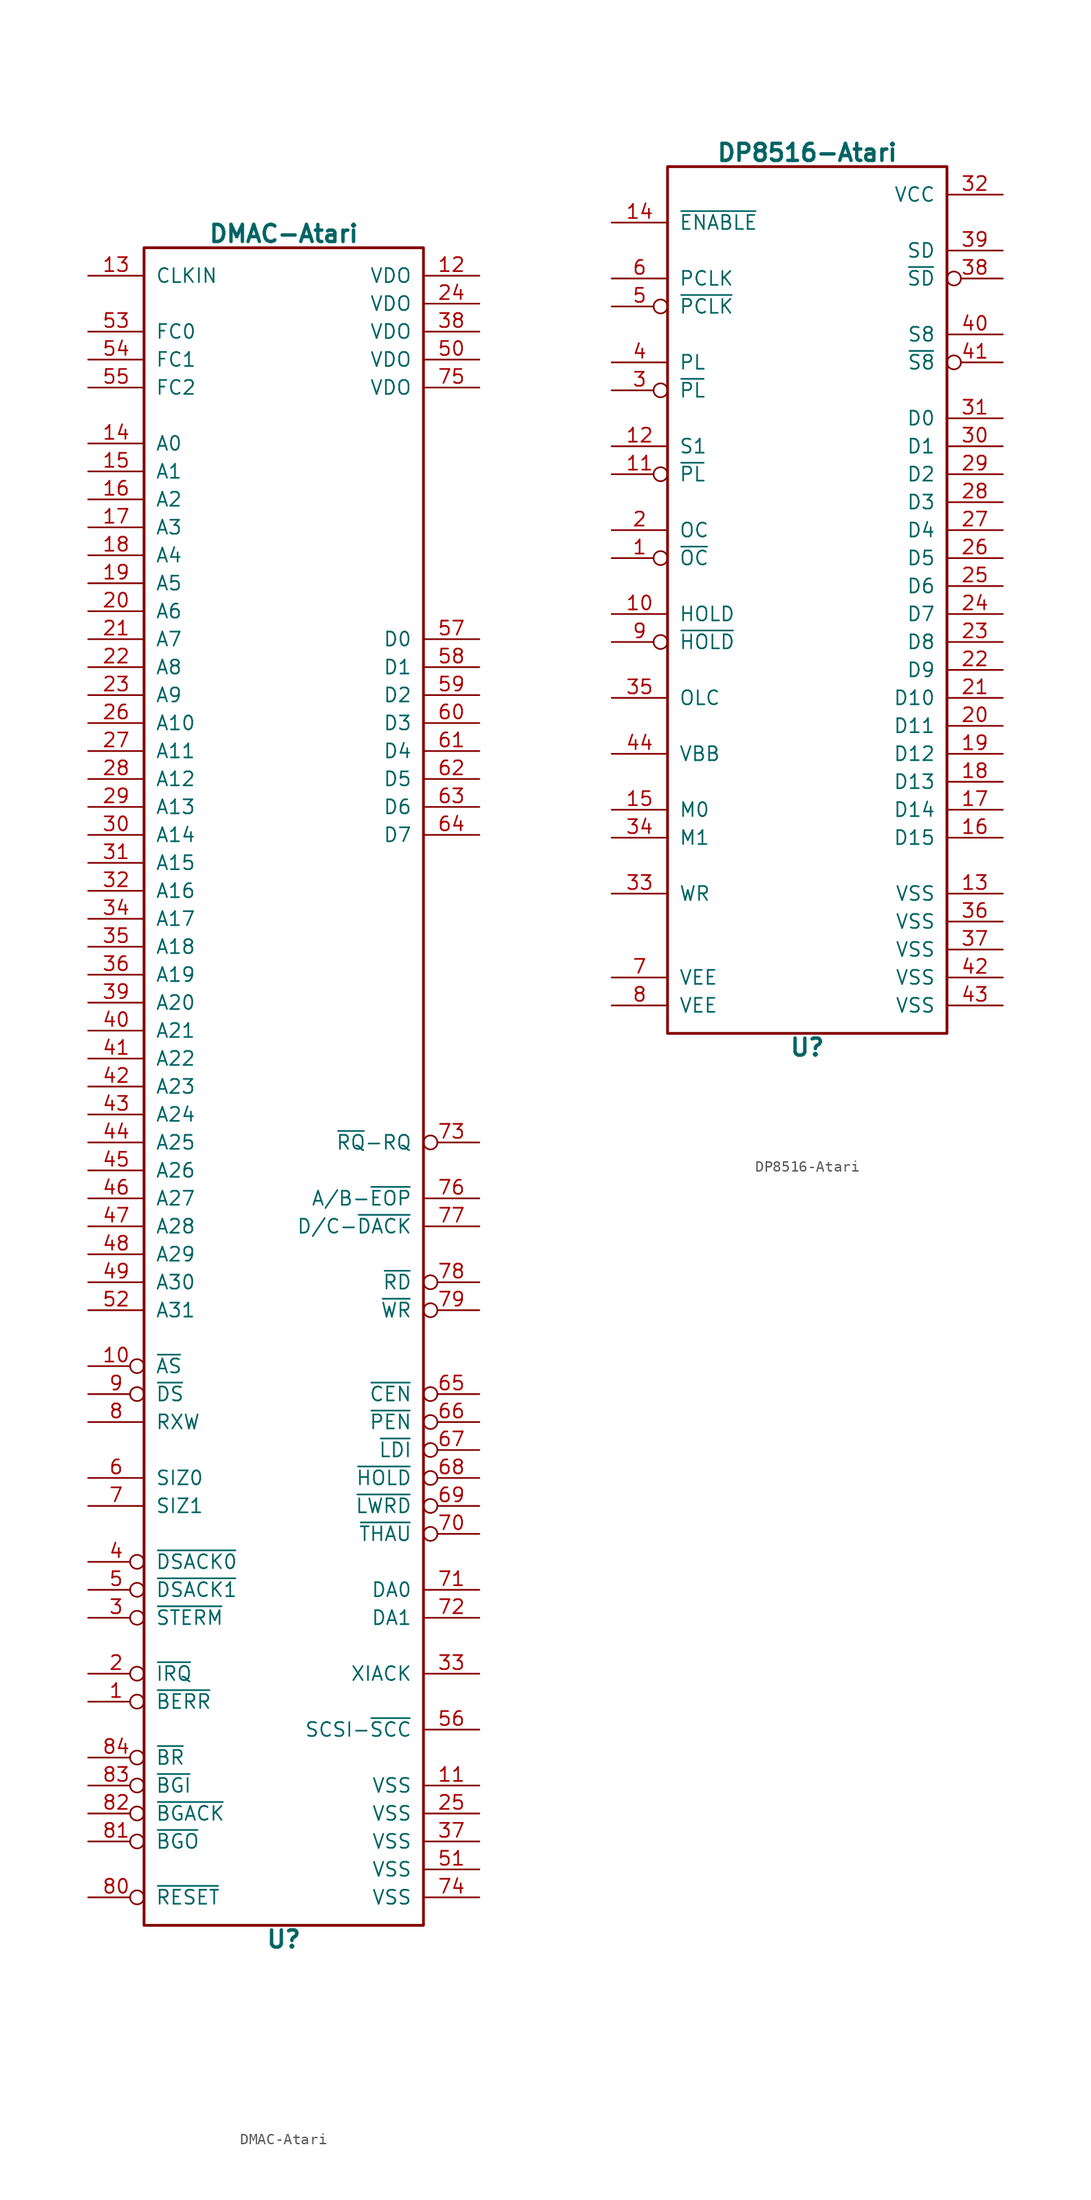
<source format=kicad_sym>
(kicad_symbol_lib
  (version 20231120)
  (generator "kicad_symbol_editor")
  (generator_version "8.0")
  (symbol "DMAC-Atari"
    (pin_names
      (offset 1.016))
    (property "Reference" "U"
      (at 0 -77.47 0)
      (effects (font (size 1.549 1.549) (bold yes))))
    (property "Value" "DMAC-Atari"
      (at 0 77.47 0)
      (effects (font (size 1.549 1.549) (bold yes))))
    (symbol "DMAC-Atari_0_1"
      (rectangle (start -12.7 76.2) (end 12.7 -76.2) (stroke (width 0.254) (type solid)) (fill (type none))))
    (symbol "DMAC-Atari_1_0"
      (pin input inverted (at -17.78 -55.88 0) (length 5.08) (name "~{BERR}" (effects (font (size 1.27 1.27)))) (number "1" (effects (font (size 1.27 1.27)))))
      (pin input inverted (at -17.78 -25.4 0) (length 5.08) (name "~{AS}" (effects (font (size 1.27 1.27)))) (number "10" (effects (font (size 1.27 1.27)))))
      (pin power_in line (at 17.78 -63.5 180) (length 5.08) (name "VSS" (effects (font (size 1.27 1.27)))) (number "11" (effects (font (size 1.27 1.27)))))
      (pin power_in line (at 17.78 73.66 180) (length 5.08) (name "VDO" (effects (font (size 1.27 1.27)))) (number "12" (effects (font (size 1.27 1.27)))))
      (pin input line (at -17.78 73.66 0) (length 5.08) (name "CLKIN" (effects (font (size 1.27 1.27)))) (number "13" (effects (font (size 1.27 1.27)))))
      (pin input line (at -17.78 58.42 0) (length 5.08) (name "A0" (effects (font (size 1.27 1.27)))) (number "14" (effects (font (size 1.27 1.27)))))
      (pin input line (at -17.78 55.88 0) (length 5.08) (name "A1" (effects (font (size 1.27 1.27)))) (number "15" (effects (font (size 1.27 1.27)))))
      (pin input line (at -17.78 53.34 0) (length 5.08) (name "A2" (effects (font (size 1.27 1.27)))) (number "16" (effects (font (size 1.27 1.27)))))
      (pin input line (at -17.78 50.8 0) (length 5.08) (name "A3" (effects (font (size 1.27 1.27)))) (number "17" (effects (font (size 1.27 1.27)))))
      (pin input line (at -17.78 48.26 0) (length 5.08) (name "A4" (effects (font (size 1.27 1.27)))) (number "18" (effects (font (size 1.27 1.27)))))
      (pin input line (at -17.78 45.72 0) (length 5.08) (name "A5" (effects (font (size 1.27 1.27)))) (number "19" (effects (font (size 1.27 1.27)))))
      (pin input inverted (at -17.78 -53.34 0) (length 5.08) (name "~{IRQ}" (effects (font (size 1.27 1.27)))) (number "2" (effects (font (size 1.27 1.27)))))
      (pin input line (at -17.78 43.18 0) (length 5.08) (name "A6" (effects (font (size 1.27 1.27)))) (number "20" (effects (font (size 1.27 1.27)))))
      (pin input line (at -17.78 40.64 0) (length 5.08) (name "A7" (effects (font (size 1.27 1.27)))) (number "21" (effects (font (size 1.27 1.27)))))
      (pin input line (at -17.78 38.1 0) (length 5.08) (name "A8" (effects (font (size 1.27 1.27)))) (number "22" (effects (font (size 1.27 1.27)))))
      (pin input line (at -17.78 35.56 0) (length 5.08) (name "A9" (effects (font (size 1.27 1.27)))) (number "23" (effects (font (size 1.27 1.27)))))
      (pin power_in line (at 17.78 71.12 180) (length 5.08) (name "VDO" (effects (font (size 1.27 1.27)))) (number "24" (effects (font (size 1.27 1.27)))))
      (pin power_in line (at 17.78 -66.04 180) (length 5.08) (name "VSS" (effects (font (size 1.27 1.27)))) (number "25" (effects (font (size 1.27 1.27)))))
      (pin input line (at -17.78 33.02 0) (length 5.08) (name "A10" (effects (font (size 1.27 1.27)))) (number "26" (effects (font (size 1.27 1.27)))))
      (pin input line (at -17.78 30.48 0) (length 5.08) (name "A11" (effects (font (size 1.27 1.27)))) (number "27" (effects (font (size 1.27 1.27)))))
      (pin input line (at -17.78 27.94 0) (length 5.08) (name "A12" (effects (font (size 1.27 1.27)))) (number "28" (effects (font (size 1.27 1.27)))))
      (pin input line (at -17.78 25.4 0) (length 5.08) (name "A13" (effects (font (size 1.27 1.27)))) (number "29" (effects (font (size 1.27 1.27)))))
      (pin input inverted (at -17.78 -48.26 0) (length 5.08) (name "~{STERM}" (effects (font (size 1.27 1.27)))) (number "3" (effects (font (size 1.27 1.27)))))
      (pin input line (at -17.78 22.86 0) (length 5.08) (name "A14" (effects (font (size 1.27 1.27)))) (number "30" (effects (font (size 1.27 1.27)))))
      (pin input line (at -17.78 20.32 0) (length 5.08) (name "A15" (effects (font (size 1.27 1.27)))) (number "31" (effects (font (size 1.27 1.27)))))
      (pin input line (at -17.78 17.78 0) (length 5.08) (name "A16" (effects (font (size 1.27 1.27)))) (number "32" (effects (font (size 1.27 1.27)))))
      (pin input line (at 17.78 -53.34 180) (length 5.08) (name "XIACK" (effects (font (size 1.27 1.27)))) (number "33" (effects (font (size 1.27 1.27)))))
      (pin input line (at -17.78 15.24 0) (length 5.08) (name "A17" (effects (font (size 1.27 1.27)))) (number "34" (effects (font (size 1.27 1.27)))))
      (pin input line (at -17.78 12.7 0) (length 5.08) (name "A18" (effects (font (size 1.27 1.27)))) (number "35" (effects (font (size 1.27 1.27)))))
      (pin input line (at -17.78 10.16 0) (length 5.08) (name "A19" (effects (font (size 1.27 1.27)))) (number "36" (effects (font (size 1.27 1.27)))))
      (pin power_in line (at 17.78 -68.58 180) (length 5.08) (name "VSS" (effects (font (size 1.27 1.27)))) (number "37" (effects (font (size 1.27 1.27)))))
      (pin power_in line (at 17.78 68.58 180) (length 5.08) (name "VDO" (effects (font (size 1.27 1.27)))) (number "38" (effects (font (size 1.27 1.27)))))
      (pin input line (at -17.78 7.62 0) (length 5.08) (name "A20" (effects (font (size 1.27 1.27)))) (number "39" (effects (font (size 1.27 1.27)))))
      (pin input inverted (at -17.78 -43.18 0) (length 5.08) (name "~{DSACK0}" (effects (font (size 1.27 1.27)))) (number "4" (effects (font (size 1.27 1.27)))))
      (pin input line (at -17.78 5.08 0) (length 5.08) (name "A21" (effects (font (size 1.27 1.27)))) (number "40" (effects (font (size 1.27 1.27)))))
      (pin input line (at -17.78 2.54 0) (length 5.08) (name "A22" (effects (font (size 1.27 1.27)))) (number "41" (effects (font (size 1.27 1.27)))))
      (pin input line (at -17.78 0 0) (length 5.08) (name "A23" (effects (font (size 1.27 1.27)))) (number "42" (effects (font (size 1.27 1.27)))))
      (pin input line (at -17.78 -2.54 0) (length 5.08) (name "A24" (effects (font (size 1.27 1.27)))) (number "43" (effects (font (size 1.27 1.27)))))
      (pin input line (at -17.78 -5.08 0) (length 5.08) (name "A25" (effects (font (size 1.27 1.27)))) (number "44" (effects (font (size 1.27 1.27)))))
      (pin input line (at -17.78 -7.62 0) (length 5.08) (name "A26" (effects (font (size 1.27 1.27)))) (number "45" (effects (font (size 1.27 1.27)))))
      (pin input line (at -17.78 -10.16 0) (length 5.08) (name "A27" (effects (font (size 1.27 1.27)))) (number "46" (effects (font (size 1.27 1.27)))))
      (pin input line (at -17.78 -12.7 0) (length 5.08) (name "A28" (effects (font (size 1.27 1.27)))) (number "47" (effects (font (size 1.27 1.27)))))
      (pin input line (at -17.78 -15.24 0) (length 5.08) (name "A29" (effects (font (size 1.27 1.27)))) (number "48" (effects (font (size 1.27 1.27)))))
      (pin input line (at -17.78 -17.78 0) (length 5.08) (name "A30" (effects (font (size 1.27 1.27)))) (number "49" (effects (font (size 1.27 1.27)))))
      (pin output inverted (at -17.78 -45.72 0) (length 5.08) (name "~{DSACK1}" (effects (font (size 1.27 1.27)))) (number "5" (effects (font (size 1.27 1.27)))))
      (pin power_in line (at 17.78 66.04 180) (length 5.08) (name "VDO" (effects (font (size 1.27 1.27)))) (number "50" (effects (font (size 1.27 1.27)))))
      (pin power_in line (at 17.78 -71.12 180) (length 5.08) (name "VSS" (effects (font (size 1.27 1.27)))) (number "51" (effects (font (size 1.27 1.27)))))
      (pin input line (at -17.78 -20.32 0) (length 5.08) (name "A31" (effects (font (size 1.27 1.27)))) (number "52" (effects (font (size 1.27 1.27)))))
      (pin input line (at -17.78 68.58 0) (length 5.08) (name "FC0" (effects (font (size 1.27 1.27)))) (number "53" (effects (font (size 1.27 1.27)))))
      (pin input line (at -17.78 66.04 0) (length 5.08) (name "FC1" (effects (font (size 1.27 1.27)))) (number "54" (effects (font (size 1.27 1.27)))))
      (pin input line (at -17.78 63.5 0) (length 5.08) (name "FC2" (effects (font (size 1.27 1.27)))) (number "55" (effects (font (size 1.27 1.27)))))
      (pin input line (at 17.78 -58.42 180) (length 5.08) (name "SCSI-~{SCC}" (effects (font (size 1.27 1.27)))) (number "56" (effects (font (size 1.27 1.27)))))
      (pin bidirectional line (at 17.78 40.64 180) (length 5.08) (name "D0" (effects (font (size 1.27 1.27)))) (number "57" (effects (font (size 1.27 1.27)))))
      (pin bidirectional line (at 17.78 38.1 180) (length 5.08) (name "D1" (effects (font (size 1.27 1.27)))) (number "58" (effects (font (size 1.27 1.27)))))
      (pin bidirectional line (at 17.78 35.56 180) (length 5.08) (name "D2" (effects (font (size 1.27 1.27)))) (number "59" (effects (font (size 1.27 1.27)))))
      (pin input line (at -17.78 -35.56 0) (length 5.08) (name "SIZ0" (effects (font (size 1.27 1.27)))) (number "6" (effects (font (size 1.27 1.27)))))
      (pin bidirectional line (at 17.78 33.02 180) (length 5.08) (name "D3" (effects (font (size 1.27 1.27)))) (number "60" (effects (font (size 1.27 1.27)))))
      (pin bidirectional line (at 17.78 30.48 180) (length 5.08) (name "D4" (effects (font (size 1.27 1.27)))) (number "61" (effects (font (size 1.27 1.27)))))
      (pin bidirectional line (at 17.78 27.94 180) (length 5.08) (name "D5" (effects (font (size 1.27 1.27)))) (number "62" (effects (font (size 1.27 1.27)))))
      (pin bidirectional line (at 17.78 25.4 180) (length 5.08) (name "D6" (effects (font (size 1.27 1.27)))) (number "63" (effects (font (size 1.27 1.27)))))
      (pin bidirectional line (at 17.78 22.86 180) (length 5.08) (name "D7" (effects (font (size 1.27 1.27)))) (number "64" (effects (font (size 1.27 1.27)))))
      (pin input inverted (at 17.78 -27.94 180) (length 5.08) (name "~{CEN}" (effects (font (size 1.27 1.27)))) (number "65" (effects (font (size 1.27 1.27)))))
      (pin input inverted (at 17.78 -30.48 180) (length 5.08) (name "~{PEN}" (effects (font (size 1.27 1.27)))) (number "66" (effects (font (size 1.27 1.27)))))
      (pin input inverted (at 17.78 -33.02 180) (length 5.08) (name "~{LDI}" (effects (font (size 1.27 1.27)))) (number "67" (effects (font (size 1.27 1.27)))))
      (pin input inverted (at 17.78 -35.56 180) (length 5.08) (name "~{HOLD}" (effects (font (size 1.27 1.27)))) (number "68" (effects (font (size 1.27 1.27)))))
      (pin input inverted (at 17.78 -38.1 180) (length 5.08) (name "~{LWRD}" (effects (font (size 1.27 1.27)))) (number "69" (effects (font (size 1.27 1.27)))))
      (pin input line (at -17.78 -38.1 0) (length 5.08) (name "SIZ1" (effects (font (size 1.27 1.27)))) (number "7" (effects (font (size 1.27 1.27)))))
      (pin input inverted (at 17.78 -40.64 180) (length 5.08) (name "~{THAU}" (effects (font (size 1.27 1.27)))) (number "70" (effects (font (size 1.27 1.27)))))
      (pin input line (at 17.78 -45.72 180) (length 5.08) (name "DA0" (effects (font (size 1.27 1.27)))) (number "71" (effects (font (size 1.27 1.27)))))
      (pin input line (at 17.78 -48.26 180) (length 5.08) (name "DA1" (effects (font (size 1.27 1.27)))) (number "72" (effects (font (size 1.27 1.27)))))
      (pin input inverted (at 17.78 -5.08 180) (length 5.08) (name "~{RQ}-RQ" (effects (font (size 1.27 1.27)))) (number "73" (effects (font (size 1.27 1.27)))))
      (pin power_in line (at 17.78 -73.66 180) (length 5.08) (name "VSS" (effects (font (size 1.27 1.27)))) (number "74" (effects (font (size 1.27 1.27)))))
      (pin power_in line (at 17.78 63.5 180) (length 5.08) (name "VDO" (effects (font (size 1.27 1.27)))) (number "75" (effects (font (size 1.27 1.27)))))
      (pin output line (at 17.78 -10.16 180) (length 5.08) (name "A/B-~{EOP}" (effects (font (size 1.27 1.27)))) (number "76" (effects (font (size 1.27 1.27)))))
      (pin output line (at 17.78 -12.7 180) (length 5.08) (name "D/C-~{DACK}" (effects (font (size 1.27 1.27)))) (number "77" (effects (font (size 1.27 1.27)))))
      (pin output inverted (at 17.78 -17.78 180) (length 5.08) (name "~{RD}" (effects (font (size 1.27 1.27)))) (number "78" (effects (font (size 1.27 1.27)))))
      (pin output inverted (at 17.78 -20.32 180) (length 5.08) (name "~{WR}" (effects (font (size 1.27 1.27)))) (number "79" (effects (font (size 1.27 1.27)))))
      (pin input line (at -17.78 -30.48 0) (length 5.08) (name "RXW" (effects (font (size 1.27 1.27)))) (number "8" (effects (font (size 1.27 1.27)))))
      (pin input inverted (at -17.78 -73.66 0) (length 5.08) (name "~{RESET}" (effects (font (size 1.27 1.27)))) (number "80" (effects (font (size 1.27 1.27)))))
      (pin input inverted (at -17.78 -68.58 0) (length 5.08) (name "~{BGO}" (effects (font (size 1.27 1.27)))) (number "81" (effects (font (size 1.27 1.27)))))
      (pin input inverted (at -17.78 -66.04 0) (length 5.08) (name "~{BGACK}" (effects (font (size 1.27 1.27)))) (number "82" (effects (font (size 1.27 1.27)))))
      (pin input inverted (at -17.78 -63.5 0) (length 5.08) (name "~{BGI}" (effects (font (size 1.27 1.27)))) (number "83" (effects (font (size 1.27 1.27)))))
      (pin input inverted (at -17.78 -60.96 0) (length 5.08) (name "~{BR}" (effects (font (size 1.27 1.27)))) (number "84" (effects (font (size 1.27 1.27)))))
      (pin input inverted (at -17.78 -27.94 0) (length 5.08) (name "~{DS}" (effects (font (size 1.27 1.27)))) (number "9" (effects (font (size 1.27 1.27)))))))
  (symbol "DP8516-Atari"
    (pin_names
      (offset 1.016))
    (property "Reference" "U"
      (at 0 -41.91 0)
      (effects (font (size 1.549 1.549) (bold yes))))
    (property "Value" "DP8516-Atari"
      (at 0 39.37 0)
      (effects (font (size 1.549 1.549) (bold yes))))
    (symbol "DP8516-Atari_0_1"
      (rectangle (start 12.7 38.1) (end -12.7 -40.64) (stroke (width 0.254) (type solid)) (fill (type none))))
    (symbol "DP8516-Atari_1_1"
      (pin input inverted (at -17.78 2.54 0) (length 5.08) (name "~{OC}" (effects (font (size 1.27 1.27)))) (number "1" (effects (font (size 1.27 1.27)))))
      (pin input line (at -17.78 -2.54 0) (length 5.08) (name "HOLD" (effects (font (size 1.27 1.27)))) (number "10" (effects (font (size 1.27 1.27)))))
      (pin output inverted (at -17.78 10.16 0) (length 5.08) (name "~{PL}" (effects (font (size 1.27 1.27)))) (number "11" (effects (font (size 1.27 1.27)))))
      (pin input line (at -17.78 12.7 0) (length 5.08) (name "S1" (effects (font (size 1.27 1.27)))) (number "12" (effects (font (size 1.27 1.27)))))
      (pin power_in line (at 17.78 -27.94 180) (length 5.08) (name "VSS" (effects (font (size 1.27 1.27)))) (number "13" (effects (font (size 1.27 1.27)))))
      (pin input line (at -17.78 33.02 0) (length 5.08) (name "~{ENABLE}" (effects (font (size 1.27 1.27)))) (number "14" (effects (font (size 1.27 1.27)))))
      (pin input line (at -17.78 -20.32 0) (length 5.08) (name "M0" (effects (font (size 1.27 1.27)))) (number "15" (effects (font (size 1.27 1.27)))))
      (pin bidirectional line (at 17.78 -22.86 180) (length 5.08) (name "D15" (effects (font (size 1.27 1.27)))) (number "16" (effects (font (size 1.27 1.27)))))
      (pin bidirectional line (at 17.78 -20.32 180) (length 5.08) (name "D14" (effects (font (size 1.27 1.27)))) (number "17" (effects (font (size 1.27 1.27)))))
      (pin bidirectional line (at 17.78 -17.78 180) (length 5.08) (name "D13" (effects (font (size 1.27 1.27)))) (number "18" (effects (font (size 1.27 1.27)))))
      (pin bidirectional line (at 17.78 -15.24 180) (length 5.08) (name "D12" (effects (font (size 1.27 1.27)))) (number "19" (effects (font (size 1.27 1.27)))))
      (pin input line (at -17.78 5.08 0) (length 5.08) (name "OC" (effects (font (size 1.27 1.27)))) (number "2" (effects (font (size 1.27 1.27)))))
      (pin bidirectional line (at 17.78 -12.7 180) (length 5.08) (name "D11" (effects (font (size 1.27 1.27)))) (number "20" (effects (font (size 1.27 1.27)))))
      (pin bidirectional line (at 17.78 -10.16 180) (length 5.08) (name "D10" (effects (font (size 1.27 1.27)))) (number "21" (effects (font (size 1.27 1.27)))))
      (pin bidirectional line (at 17.78 -7.62 180) (length 5.08) (name "D9" (effects (font (size 1.27 1.27)))) (number "22" (effects (font (size 1.27 1.27)))))
      (pin bidirectional line (at 17.78 -5.08 180) (length 5.08) (name "D8" (effects (font (size 1.27 1.27)))) (number "23" (effects (font (size 1.27 1.27)))))
      (pin bidirectional line (at 17.78 -2.54 180) (length 5.08) (name "D7" (effects (font (size 1.27 1.27)))) (number "24" (effects (font (size 1.27 1.27)))))
      (pin bidirectional line (at 17.78 0 180) (length 5.08) (name "D6" (effects (font (size 1.27 1.27)))) (number "25" (effects (font (size 1.27 1.27)))))
      (pin bidirectional line (at 17.78 2.54 180) (length 5.08) (name "D5" (effects (font (size 1.27 1.27)))) (number "26" (effects (font (size 1.27 1.27)))))
      (pin bidirectional line (at 17.78 5.08 180) (length 5.08) (name "D4" (effects (font (size 1.27 1.27)))) (number "27" (effects (font (size 1.27 1.27)))))
      (pin bidirectional line (at 17.78 7.62 180) (length 5.08) (name "D3" (effects (font (size 1.27 1.27)))) (number "28" (effects (font (size 1.27 1.27)))))
      (pin bidirectional line (at 17.78 10.16 180) (length 5.08) (name "D2" (effects (font (size 1.27 1.27)))) (number "29" (effects (font (size 1.27 1.27)))))
      (pin input inverted (at -17.78 17.78 0) (length 5.08) (name "~{PL}" (effects (font (size 1.27 1.27)))) (number "3" (effects (font (size 1.27 1.27)))))
      (pin bidirectional line (at 17.78 12.7 180) (length 5.08) (name "D1" (effects (font (size 1.27 1.27)))) (number "30" (effects (font (size 1.27 1.27)))))
      (pin bidirectional line (at 17.78 15.24 180) (length 5.08) (name "D0" (effects (font (size 1.27 1.27)))) (number "31" (effects (font (size 1.27 1.27)))))
      (pin power_in line (at 17.78 35.56 180) (length 5.08) (name "VCC" (effects (font (size 1.27 1.27)))) (number "32" (effects (font (size 1.27 1.27)))))
      (pin input line (at -17.78 -27.94 0) (length 5.08) (name "WR" (effects (font (size 1.27 1.27)))) (number "33" (effects (font (size 1.27 1.27)))))
      (pin input line (at -17.78 -22.86 0) (length 5.08) (name "M1" (effects (font (size 1.27 1.27)))) (number "34" (effects (font (size 1.27 1.27)))))
      (pin input line (at -17.78 -10.16 0) (length 5.08) (name "OLC" (effects (font (size 1.27 1.27)))) (number "35" (effects (font (size 1.27 1.27)))))
      (pin power_in line (at 17.78 -30.48 180) (length 5.08) (name "VSS" (effects (font (size 1.27 1.27)))) (number "36" (effects (font (size 1.27 1.27)))))
      (pin power_in line (at 17.78 -33.02 180) (length 5.08) (name "VSS" (effects (font (size 1.27 1.27)))) (number "37" (effects (font (size 1.27 1.27)))))
      (pin input inverted (at 17.78 27.94 180) (length 5.08) (name "~{SD}" (effects (font (size 1.27 1.27)))) (number "38" (effects (font (size 1.27 1.27)))))
      (pin input line (at 17.78 30.48 180) (length 5.08) (name "SD" (effects (font (size 1.27 1.27)))) (number "39" (effects (font (size 1.27 1.27)))))
      (pin input line (at -17.78 20.32 0) (length 5.08) (name "PL" (effects (font (size 1.27 1.27)))) (number "4" (effects (font (size 1.27 1.27)))))
      (pin input line (at 17.78 22.86 180) (length 5.08) (name "S8" (effects (font (size 1.27 1.27)))) (number "40" (effects (font (size 1.27 1.27)))))
      (pin input inverted (at 17.78 20.32 180) (length 5.08) (name "~{S8}" (effects (font (size 1.27 1.27)))) (number "41" (effects (font (size 1.27 1.27)))))
      (pin power_in line (at 17.78 -35.56 180) (length 5.08) (name "VSS" (effects (font (size 1.27 1.27)))) (number "42" (effects (font (size 1.27 1.27)))))
      (pin power_in line (at 17.78 -38.1 180) (length 5.08) (name "VSS" (effects (font (size 1.27 1.27)))) (number "43" (effects (font (size 1.27 1.27)))))
      (pin input line (at -17.78 -15.24 0) (length 5.08) (name "VBB" (effects (font (size 1.27 1.27)))) (number "44" (effects (font (size 1.27 1.27)))))
      (pin input inverted (at -17.78 25.4 0) (length 5.08) (name "~{PCLK}" (effects (font (size 1.27 1.27)))) (number "5" (effects (font (size 1.27 1.27)))))
      (pin input line (at -17.78 27.94 0) (length 5.08) (name "PCLK" (effects (font (size 1.27 1.27)))) (number "6" (effects (font (size 1.27 1.27)))))
      (pin input line (at -17.78 -35.56 0) (length 5.08) (name "VEE" (effects (font (size 1.27 1.27)))) (number "7" (effects (font (size 1.27 1.27)))))
      (pin input line (at -17.78 -38.1 0) (length 5.08) (name "VEE" (effects (font (size 1.27 1.27)))) (number "8" (effects (font (size 1.27 1.27)))))
      (pin input inverted (at -17.78 -5.08 0) (length 5.08) (name "~{HOLD}" (effects (font (size 1.27 1.27)))) (number "9" (effects (font (size 1.27 1.27))))))))
</source>
